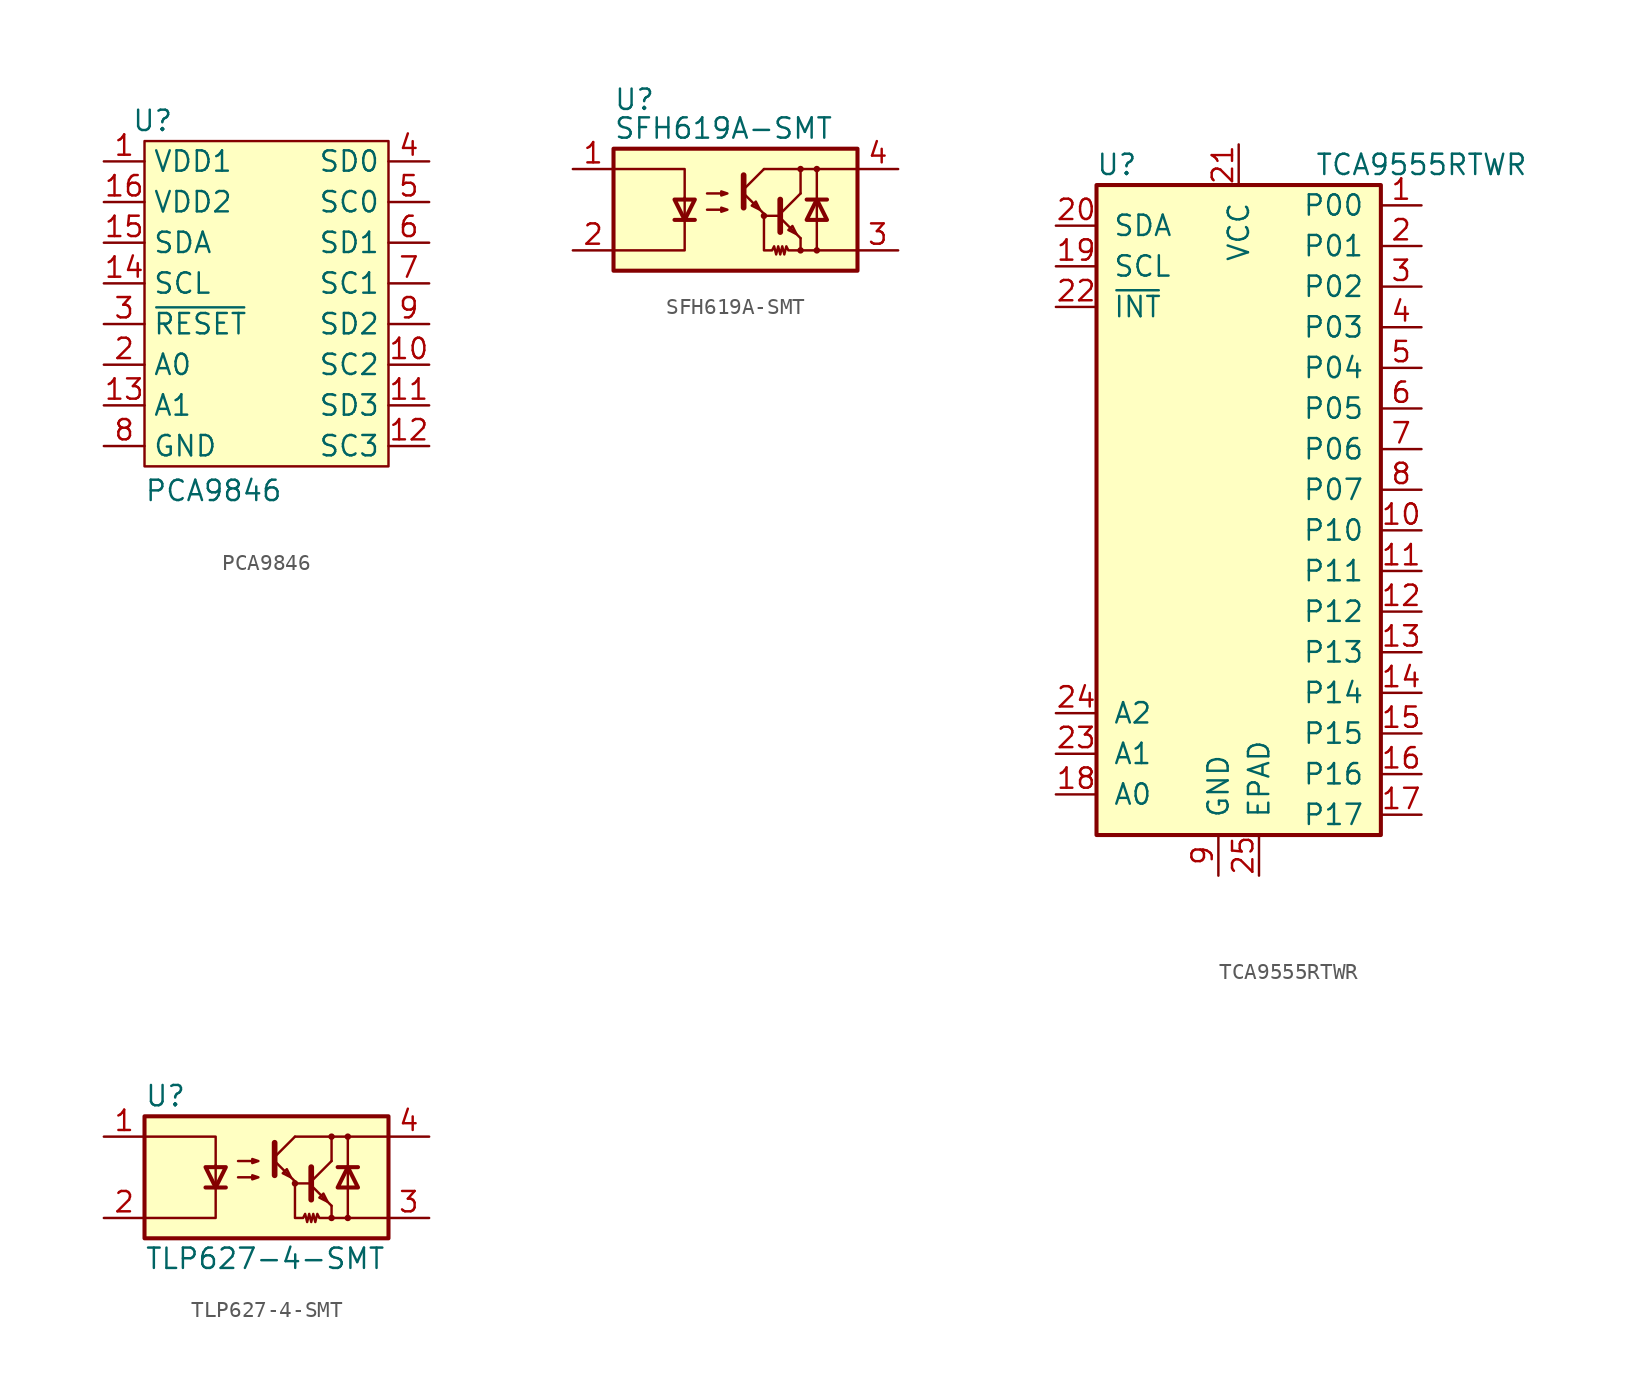
<source format=kicad_sym>
(kicad_symbol_lib
  (version 20241209)
  (generator "kicad_symbol_editor")
  (generator_version "9.0")
  (symbol "PCA9846"
    (property "Reference" "U"
      (at -7.112 11.43 0)
      (effects (font (size 1.27 1.27))))
    (property "Value" "PCA9846"
      (at -3.302 -11.684 0)
      (effects (font (size 1.27 1.27))))
    (symbol "PCA9846_1_1"
      (rectangle (start -7.62 10.16) (end 7.62 -10.16) (stroke (width 0) (type default)) (fill (type background)))
      (pin power_in line (at -10.16 8.89 0) (length 2.54) (name "VDD1" (effects (font (size 1.27 1.27)))) (number "1" (effects (font (size 1.27 1.27)))))
      (pin power_in line (at -10.16 6.35 0) (length 2.54) (name "VDD2" (effects (font (size 1.27 1.27)))) (number "16" (effects (font (size 1.27 1.27)))))
      (pin bidirectional line (at -10.16 3.81 0) (length 2.54) (name "SDA" (effects (font (size 1.27 1.27)))) (number "15" (effects (font (size 1.27 1.27)))))
      (pin input line (at -10.16 1.27 0) (length 2.54) (name "SCL" (effects (font (size 1.27 1.27)))) (number "14" (effects (font (size 1.27 1.27)))))
      (pin input line (at -10.16 -1.27 0) (length 2.54) (name "~{RESET}" (effects (font (size 1.27 1.27)))) (number "3" (effects (font (size 1.27 1.27)))))
      (pin input line (at -10.16 -3.81 0) (length 2.54) (name "A0" (effects (font (size 1.27 1.27)))) (number "2" (effects (font (size 1.27 1.27)))))
      (pin input line (at -10.16 -6.35 0) (length 2.54) (name "A1" (effects (font (size 1.27 1.27)))) (number "13" (effects (font (size 1.27 1.27)))))
      (pin power_in line (at -10.16 -8.89 0) (length 2.54) (name "GND" (effects (font (size 1.27 1.27)))) (number "8" (effects (font (size 1.27 1.27)))))
      (pin bidirectional line (at 10.16 8.89 180) (length 2.54) (name "SD0" (effects (font (size 1.27 1.27)))) (number "4" (effects (font (size 1.27 1.27)))))
      (pin output line (at 10.16 6.35 180) (length 2.54) (name "SC0" (effects (font (size 1.27 1.27)))) (number "5" (effects (font (size 1.27 1.27)))))
      (pin bidirectional line (at 10.16 3.81 180) (length 2.54) (name "SD1" (effects (font (size 1.27 1.27)))) (number "6" (effects (font (size 1.27 1.27)))))
      (pin output line (at 10.16 1.27 180) (length 2.54) (name "SC1" (effects (font (size 1.27 1.27)))) (number "7" (effects (font (size 1.27 1.27)))))
      (pin bidirectional line (at 10.16 -1.27 180) (length 2.54) (name "SD2" (effects (font (size 1.27 1.27)))) (number "9" (effects (font (size 1.27 1.27)))))
      (pin output line (at 10.16 -3.81 180) (length 2.54) (name "SC2" (effects (font (size 1.27 1.27)))) (number "10" (effects (font (size 1.27 1.27)))))
      (pin bidirectional line (at 10.16 -6.35 180) (length 2.54) (name "SD3" (effects (font (size 1.27 1.27)))) (number "11" (effects (font (size 1.27 1.27)))))
      (pin output line (at 10.16 -8.89 180) (length 2.54) (name "SC3" (effects (font (size 1.27 1.27)))) (number "12" (effects (font (size 1.27 1.27)))))))
  (symbol "SFH619A-SMT"
    (pin_names
      (offset 1.016))
    (property "Reference" "U"
      (at -7.62 7.62 0)
      (effects (font (size 1.27 1.27)) (justify left top)))
    (property "Value" "SFH619A-SMT"
      (at -7.62 5.08 0)
      (effects (font (size 1.27 1.27)) (justify left)))
    (symbol "SFH619A-SMT_0_1"
      (rectangle (start -7.62 3.81) (end 7.62 -3.81) (stroke (width 0.254) (type default)) (fill (type background)))
      (polyline (pts (xy -7.62 2.54) (xy -3.175 2.54) (xy -3.175 0.635)) (stroke (width 0) (type default)) (fill (type none)))
      (polyline (pts (xy -3.81 -0.635) (xy -2.54 -0.635)) (stroke (width 0.254) (type default)) (fill (type none)))
      (polyline (pts (xy -3.175 0.762) (xy -3.175 -2.54) (xy -7.62 -2.54)) (stroke (width 0) (type default)) (fill (type none)))
      (polyline (pts (xy -3.175 -0.635) (xy -3.81 0.635) (xy -2.54 0.635) (xy -3.175 -0.635)) (stroke (width 0.254) (type default)) (fill (type none)))
      (polyline (pts (xy -1.778 1.016) (xy -0.508 1.016) (xy -0.889 0.889) (xy -0.889 1.143) (xy -0.508 1.016)) (stroke (width 0) (type default)) (fill (type none)))
      (polyline (pts (xy -1.778 0) (xy -0.508 0) (xy -0.889 -0.127) (xy -0.889 0.127) (xy -0.508 0)) (stroke (width 0) (type default)) (fill (type none)))
      (polyline (pts (xy 0.508 2.159) (xy 0.508 0.127)) (stroke (width 0.356) (type default)) (fill (type none)))
      (polyline (pts (xy 0.508 1.27) (xy 1.778 2.54)) (stroke (width 0) (type default)) (fill (type none)))
      (polyline (pts (xy 0.508 1.016) (xy 1.778 -0.254)) (stroke (width 0) (type default)) (fill (type none)))
      (polyline (pts (xy 1.524 0) (xy 1.27 0.508) (xy 1.016 0.254) (xy 1.524 0)) (stroke (width 0) (type default)) (fill (type none)))
      (polyline (pts (xy 1.778 2.54) (xy 7.62 2.54)) (stroke (width 0) (type default)) (fill (type none)))
      (polyline (pts (xy 1.778 -0.254) (xy 1.778 -2.54) (xy 2.286 -2.54) (xy 2.413 -2.286) (xy 2.54 -2.794) (xy 2.667 -2.286) (xy 2.794 -2.794) (xy 2.921 -2.286) (xy 3.048 -2.794) (xy 3.175 -2.286) (xy 3.302 -2.54) (xy 4.064 -2.54)) (stroke (width 0) (type default)) (fill (type none)))
      (circle (center 1.778 -0.381) (radius 0.127) (stroke (width 0) (type default)) (fill (type none)))
      (polyline (pts (xy 2.794 0.635) (xy 2.794 -1.397) (xy 2.794 -1.397)) (stroke (width 0.356) (type default)) (fill (type none)))
      (polyline (pts (xy 2.794 -0.254) (xy 4.064 1.016)) (stroke (width 0) (type default)) (fill (type none)))
      (polyline (pts (xy 2.794 -0.381) (xy 1.778 -0.381)) (stroke (width 0) (type default)) (fill (type none)))
      (polyline (pts (xy 2.794 -0.508) (xy 4.064 -1.778)) (stroke (width 0) (type default)) (fill (type none)))
      (polyline (pts (xy 3.81 -1.524) (xy 3.556 -1.016) (xy 3.302 -1.27) (xy 3.81 -1.524)) (stroke (width 0) (type default)) (fill (type none)))
      (circle (center 4.064 2.54) (radius 0.127) (stroke (width 0) (type default)) (fill (type none)))
      (polyline (pts (xy 4.064 1.016) (xy 4.064 2.54)) (stroke (width 0) (type default)) (fill (type none)))
      (polyline (pts (xy 4.064 -1.778) (xy 4.064 -2.54)) (stroke (width 0) (type default)) (fill (type none)))
      (polyline (pts (xy 4.064 -2.54) (xy 7.62 -2.54)) (stroke (width 0) (type default)) (fill (type none)))
      (circle (center 4.064 -2.54) (radius 0.127) (stroke (width 0) (type default)) (fill (type none)))
      (polyline (pts (xy 4.445 0.635) (xy 5.715 0.635)) (stroke (width 0.254) (type default)) (fill (type none)))
      (circle (center 5.08 2.54) (radius 0.127) (stroke (width 0) (type default)) (fill (type none)))
      (polyline (pts (xy 5.08 0.635) (xy 4.445 -0.635) (xy 5.715 -0.635) (xy 5.08 0.635)) (stroke (width 0.254) (type default)) (fill (type none)))
      (polyline (pts (xy 5.08 -0.635) (xy 5.08 2.54)) (stroke (width 0) (type default)) (fill (type none)))
      (polyline (pts (xy 5.08 -0.635) (xy 5.08 -2.54)) (stroke (width 0) (type default)) (fill (type none)))
      (circle (center 5.08 -2.54) (radius 0.127) (stroke (width 0) (type default)) (fill (type none))))
    (symbol "SFH619A-SMT_1_1"
      (pin passive line (at -10.16 2.54 0) (length 2.54) (name "~" (effects (font (size 1.27 1.27)))) (number "1" (effects (font (size 1.27 1.27)))))
      (pin passive line (at -10.16 -2.54 0) (length 2.54) (name "~" (effects (font (size 1.27 1.27)))) (number "2" (effects (font (size 1.27 1.27)))))
      (pin passive line (at 10.16 2.54 180) (length 2.54) (name "~" (effects (font (size 1.27 1.27)))) (number "4" (effects (font (size 1.27 1.27)))))
      (pin passive line (at 10.16 -2.54 180) (length 2.54) (name "~" (effects (font (size 1.27 1.27)))) (number "3" (effects (font (size 1.27 1.27)))))))
  (symbol "TCA9555RTWR"
    (pin_names
      (offset 1.016))
    (property "Reference" "U"
      (at -7.62 21.59 0)
      (effects (font (size 1.27 1.27))))
    (property "Value" "TCA9555RTWR"
      (at 11.43 21.59 0)
      (effects (font (size 1.27 1.27))))
    (symbol "TCA9555RTWR_0_1"
      (rectangle (start -8.89 20.32) (end 8.89 -20.32) (stroke (width 0.254) (type default)) (fill (type background))))
    (symbol "TCA9555RTWR_1_1"
      (pin bidirectional line (at -11.43 17.78 0) (length 2.54) (name "SDA" (effects (font (size 1.27 1.27)))) (number "20" (effects (font (size 1.27 1.27)))))
      (pin input line (at -11.43 15.24 0) (length 2.54) (name "SCL" (effects (font (size 1.27 1.27)))) (number "19" (effects (font (size 1.27 1.27)))))
      (pin open_collector line (at -11.43 12.7 0) (length 2.54) (name "~{INT}" (effects (font (size 1.27 1.27)))) (number "22" (effects (font (size 1.27 1.27)))))
      (pin input line (at -11.43 -12.7 0) (length 2.54) (name "A2" (effects (font (size 1.27 1.27)))) (number "24" (effects (font (size 1.27 1.27)))))
      (pin input line (at -11.43 -15.24 0) (length 2.54) (name "A1" (effects (font (size 1.27 1.27)))) (number "23" (effects (font (size 1.27 1.27)))))
      (pin input line (at -11.43 -17.78 0) (length 2.54) (name "A0" (effects (font (size 1.27 1.27)))) (number "18" (effects (font (size 1.27 1.27)))))
      (pin power_in line (at -1.27 -22.86 90) (length 2.54) (name "GND" (effects (font (size 1.27 1.27)))) (number "9" (effects (font (size 1.27 1.27)))))
      (pin power_in line (at 0 22.86 270) (length 2.54) (name "VCC" (effects (font (size 1.27 1.27)))) (number "21" (effects (font (size 1.27 1.27)))))
      (pin input line (at 1.27 -22.86 90) (length 2.54) (name "EPAD" (effects (font (size 1.27 1.27)))) (number "25" (effects (font (size 1.27 1.27)))))
      (pin bidirectional line (at 11.43 19.05 180) (length 2.54) (name "P00" (effects (font (size 1.27 1.27)))) (number "1" (effects (font (size 1.27 1.27)))))
      (pin bidirectional line (at 11.43 16.51 180) (length 2.54) (name "P01" (effects (font (size 1.27 1.27)))) (number "2" (effects (font (size 1.27 1.27)))))
      (pin bidirectional line (at 11.43 13.97 180) (length 2.54) (name "P02" (effects (font (size 1.27 1.27)))) (number "3" (effects (font (size 1.27 1.27)))))
      (pin bidirectional line (at 11.43 11.43 180) (length 2.54) (name "P03" (effects (font (size 1.27 1.27)))) (number "4" (effects (font (size 1.27 1.27)))))
      (pin bidirectional line (at 11.43 8.89 180) (length 2.54) (name "P04" (effects (font (size 1.27 1.27)))) (number "5" (effects (font (size 1.27 1.27)))))
      (pin bidirectional line (at 11.43 6.35 180) (length 2.54) (name "P05" (effects (font (size 1.27 1.27)))) (number "6" (effects (font (size 1.27 1.27)))))
      (pin bidirectional line (at 11.43 3.81 180) (length 2.54) (name "P06" (effects (font (size 1.27 1.27)))) (number "7" (effects (font (size 1.27 1.27)))))
      (pin bidirectional line (at 11.43 1.27 180) (length 2.54) (name "P07" (effects (font (size 1.27 1.27)))) (number "8" (effects (font (size 1.27 1.27)))))
      (pin bidirectional line (at 11.43 -1.27 180) (length 2.54) (name "P10" (effects (font (size 1.27 1.27)))) (number "10" (effects (font (size 1.27 1.27)))))
      (pin bidirectional line (at 11.43 -3.81 180) (length 2.54) (name "P11" (effects (font (size 1.27 1.27)))) (number "11" (effects (font (size 1.27 1.27)))))
      (pin bidirectional line (at 11.43 -6.35 180) (length 2.54) (name "P12" (effects (font (size 1.27 1.27)))) (number "12" (effects (font (size 1.27 1.27)))))
      (pin bidirectional line (at 11.43 -8.89 180) (length 2.54) (name "P13" (effects (font (size 1.27 1.27)))) (number "13" (effects (font (size 1.27 1.27)))))
      (pin bidirectional line (at 11.43 -11.43 180) (length 2.54) (name "P14" (effects (font (size 1.27 1.27)))) (number "14" (effects (font (size 1.27 1.27)))))
      (pin bidirectional line (at 11.43 -13.97 180) (length 2.54) (name "P15" (effects (font (size 1.27 1.27)))) (number "15" (effects (font (size 1.27 1.27)))))
      (pin bidirectional line (at 11.43 -16.51 180) (length 2.54) (name "P16" (effects (font (size 1.27 1.27)))) (number "16" (effects (font (size 1.27 1.27)))))
      (pin bidirectional line (at 11.43 -19.05 180) (length 2.54) (name "P17" (effects (font (size 1.27 1.27)))) (number "17" (effects (font (size 1.27 1.27)))))))
  (symbol "TLP627-4-SMT"
    (pin_names
      (offset 1.016))
    (property "Reference" "U"
      (at -7.62 5.08 0)
      (effects (font (size 1.27 1.27)) (justify left)))
    (property "Value" "TLP627-4-SMT"
      (at -7.62 -5.08 0)
      (effects (font (size 1.27 1.27)) (justify left)))
    (symbol "TLP627-4-SMT_0_1"
      (rectangle (start -7.62 3.81) (end 7.62 -3.81) (stroke (width 0.254) (type default)) (fill (type background)))
      (polyline (pts (xy -7.62 2.54) (xy -3.175 2.54) (xy -3.175 0.635)) (stroke (width 0) (type default)) (fill (type none)))
      (polyline (pts (xy -3.81 -0.635) (xy -2.54 -0.635)) (stroke (width 0.254) (type default)) (fill (type none)))
      (polyline (pts (xy -3.175 0.762) (xy -3.175 -2.54) (xy -7.62 -2.54)) (stroke (width 0) (type default)) (fill (type none)))
      (polyline (pts (xy -3.175 -0.635) (xy -3.81 0.635) (xy -2.54 0.635) (xy -3.175 -0.635)) (stroke (width 0.254) (type default)) (fill (type none)))
      (polyline (pts (xy -1.778 1.016) (xy -0.508 1.016) (xy -0.889 0.889) (xy -0.889 1.143) (xy -0.508 1.016)) (stroke (width 0) (type default)) (fill (type none)))
      (polyline (pts (xy -1.778 0) (xy -0.508 0) (xy -0.889 -0.127) (xy -0.889 0.127) (xy -0.508 0)) (stroke (width 0) (type default)) (fill (type none)))
      (polyline (pts (xy 0.508 2.159) (xy 0.508 0.127)) (stroke (width 0.356) (type default)) (fill (type none)))
      (polyline (pts (xy 0.508 1.27) (xy 1.778 2.54)) (stroke (width 0) (type default)) (fill (type none)))
      (polyline (pts (xy 0.508 1.016) (xy 1.778 -0.254)) (stroke (width 0) (type default)) (fill (type none)))
      (polyline (pts (xy 1.524 0) (xy 1.27 0.508) (xy 1.016 0.254) (xy 1.524 0)) (stroke (width 0) (type default)) (fill (type none)))
      (polyline (pts (xy 1.778 2.54) (xy 7.62 2.54)) (stroke (width 0) (type default)) (fill (type none)))
      (polyline (pts (xy 1.778 -0.254) (xy 1.778 -2.54) (xy 2.286 -2.54) (xy 2.413 -2.286) (xy 2.54 -2.794) (xy 2.667 -2.286) (xy 2.794 -2.794) (xy 2.921 -2.286) (xy 3.048 -2.794) (xy 3.175 -2.286) (xy 3.302 -2.54) (xy 4.064 -2.54)) (stroke (width 0) (type default)) (fill (type none)))
      (circle (center 1.778 -0.381) (radius 0.127) (stroke (width 0) (type default)) (fill (type none)))
      (polyline (pts (xy 2.794 0.635) (xy 2.794 -1.397) (xy 2.794 -1.397)) (stroke (width 0.356) (type default)) (fill (type none)))
      (polyline (pts (xy 2.794 -0.254) (xy 4.064 1.016)) (stroke (width 0) (type default)) (fill (type none)))
      (polyline (pts (xy 2.794 -0.381) (xy 1.778 -0.381)) (stroke (width 0) (type default)) (fill (type none)))
      (polyline (pts (xy 2.794 -0.508) (xy 4.064 -1.778)) (stroke (width 0) (type default)) (fill (type none)))
      (polyline (pts (xy 3.81 -1.524) (xy 3.556 -1.016) (xy 3.302 -1.27) (xy 3.81 -1.524)) (stroke (width 0) (type default)) (fill (type none)))
      (circle (center 4.064 2.54) (radius 0.127) (stroke (width 0) (type default)) (fill (type none)))
      (polyline (pts (xy 4.064 1.016) (xy 4.064 2.54)) (stroke (width 0) (type default)) (fill (type none)))
      (polyline (pts (xy 4.064 -1.778) (xy 4.064 -2.54)) (stroke (width 0) (type default)) (fill (type none)))
      (polyline (pts (xy 4.064 -2.54) (xy 7.62 -2.54)) (stroke (width 0) (type default)) (fill (type none)))
      (circle (center 4.064 -2.54) (radius 0.127) (stroke (width 0) (type default)) (fill (type none)))
      (polyline (pts (xy 4.445 0.635) (xy 5.715 0.635)) (stroke (width 0.254) (type default)) (fill (type none)))
      (circle (center 5.08 2.54) (radius 0.127) (stroke (width 0) (type default)) (fill (type none)))
      (polyline (pts (xy 5.08 0.635) (xy 4.445 -0.635) (xy 5.715 -0.635) (xy 5.08 0.635)) (stroke (width 0.254) (type default)) (fill (type none)))
      (polyline (pts (xy 5.08 -0.635) (xy 5.08 2.54)) (stroke (width 0) (type default)) (fill (type none)))
      (polyline (pts (xy 5.08 -0.635) (xy 5.08 -2.54)) (stroke (width 0) (type default)) (fill (type none)))
      (circle (center 5.08 -2.54) (radius 0.127) (stroke (width 0) (type default)) (fill (type none))))
    (symbol "TLP627-4-SMT_1_1"
      (pin passive line (at -10.16 2.54 0) (length 2.54) (name "~" (effects (font (size 1.27 1.27)))) (number "1" (effects (font (size 1.27 1.27)))))
      (pin passive line (at -10.16 -2.54 0) (length 2.54) (name "~" (effects (font (size 1.27 1.27)))) (number "2" (effects (font (size 1.27 1.27)))))
      (pin passive line (at 10.16 2.54 180) (length 2.54) (name "~" (effects (font (size 1.27 1.27)))) (number "4" (effects (font (size 1.27 1.27)))))
      (pin passive line (at 10.16 -2.54 180) (length 2.54) (name "~" (effects (font (size 1.27 1.27)))) (number "3" (effects (font (size 1.27 1.27))))))))
</source>
